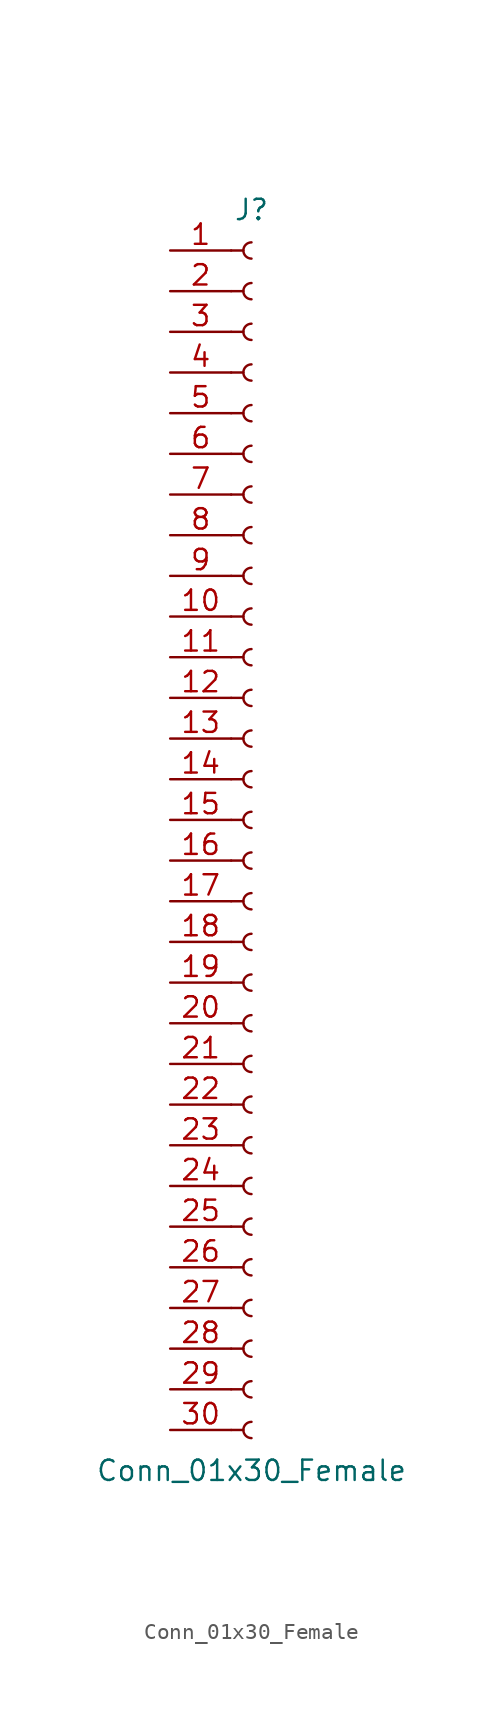
<source format=kicad_sym>
(kicad_symbol_lib
  (version 20220914)
  (generator kicad_symbol_editor)
  (symbol "Conn_01x30_Female"
    (pin_names
      (offset 1.016) hide)
    (property "Reference" "J"
      (at 0 38.1 0)
      (effects (font (size 1.27 1.27))))
    (property "Value" "Conn_01x30_Female"
      (at 0 -40.64 0)
      (effects (font (size 1.27 1.27))))
    (symbol "Conn_01x30_Female_1_1"
      (arc (start 0 -37.592) (mid -0.5058 -38.1) (end 0 -38.608) (stroke (width 0.1524) (type solid)) (fill (type none)))
      (arc (start 0 -35.052) (mid -0.5058 -35.56) (end 0 -36.068) (stroke (width 0.1524) (type solid)) (fill (type none)))
      (arc (start 0 -32.512) (mid -0.5058 -33.02) (end 0 -33.528) (stroke (width 0.1524) (type solid)) (fill (type none)))
      (arc (start 0 -29.972) (mid -0.5058 -30.48) (end 0 -30.988) (stroke (width 0.1524) (type solid)) (fill (type none)))
      (arc (start 0 -27.432) (mid -0.5058 -27.94) (end 0 -28.448) (stroke (width 0.1524) (type solid)) (fill (type none)))
      (arc (start 0 -24.892) (mid -0.5058 -25.4) (end 0 -25.908) (stroke (width 0.1524) (type solid)) (fill (type none)))
      (arc (start 0 -22.352) (mid -0.5058 -22.86) (end 0 -23.368) (stroke (width 0.1524) (type solid)) (fill (type none)))
      (arc (start 0 -19.812) (mid -0.5058 -20.32) (end 0 -20.828) (stroke (width 0.1524) (type solid)) (fill (type none)))
      (arc (start 0 -17.272) (mid -0.5058 -17.78) (end 0 -18.288) (stroke (width 0.1524) (type solid)) (fill (type none)))
      (arc (start 0 -14.732) (mid -0.5058 -15.24) (end 0 -15.748) (stroke (width 0.1524) (type solid)) (fill (type none)))
      (arc (start 0 -12.192) (mid -0.5058 -12.7) (end 0 -13.208) (stroke (width 0.1524) (type solid)) (fill (type none)))
      (arc (start 0 -9.652) (mid -0.5058 -10.16) (end 0 -10.668) (stroke (width 0.1524) (type solid)) (fill (type none)))
      (arc (start 0 -7.112) (mid -0.5058 -7.62) (end 0 -8.128) (stroke (width 0.1524) (type solid)) (fill (type none)))
      (arc (start 0 -4.572) (mid -0.5058 -5.08) (end 0 -5.588) (stroke (width 0.1524) (type solid)) (fill (type none)))
      (arc (start 0 -2.032) (mid -0.5058 -2.54) (end 0 -3.048) (stroke (width 0.1524) (type solid)) (fill (type none)))
      (polyline (pts (xy -1.27 -38.1) (xy -0.508 -38.1)) (stroke (width 0.152) (type solid)) (fill (type none)))
      (polyline (pts (xy -1.27 -35.56) (xy -0.508 -35.56)) (stroke (width 0.152) (type solid)) (fill (type none)))
      (polyline (pts (xy -1.27 -33.02) (xy -0.508 -33.02)) (stroke (width 0.152) (type solid)) (fill (type none)))
      (polyline (pts (xy -1.27 -30.48) (xy -0.508 -30.48)) (stroke (width 0.152) (type solid)) (fill (type none)))
      (polyline (pts (xy -1.27 -27.94) (xy -0.508 -27.94)) (stroke (width 0.152) (type solid)) (fill (type none)))
      (polyline (pts (xy -1.27 -25.4) (xy -0.508 -25.4)) (stroke (width 0.152) (type solid)) (fill (type none)))
      (polyline (pts (xy -1.27 -22.86) (xy -0.508 -22.86)) (stroke (width 0.152) (type solid)) (fill (type none)))
      (polyline (pts (xy -1.27 -20.32) (xy -0.508 -20.32)) (stroke (width 0.152) (type solid)) (fill (type none)))
      (polyline (pts (xy -1.27 -17.78) (xy -0.508 -17.78)) (stroke (width 0.152) (type solid)) (fill (type none)))
      (polyline (pts (xy -1.27 -15.24) (xy -0.508 -15.24)) (stroke (width 0.152) (type solid)) (fill (type none)))
      (polyline (pts (xy -1.27 -12.7) (xy -0.508 -12.7)) (stroke (width 0.152) (type solid)) (fill (type none)))
      (polyline (pts (xy -1.27 -10.16) (xy -0.508 -10.16)) (stroke (width 0.152) (type solid)) (fill (type none)))
      (polyline (pts (xy -1.27 -7.62) (xy -0.508 -7.62)) (stroke (width 0.152) (type solid)) (fill (type none)))
      (polyline (pts (xy -1.27 -5.08) (xy -0.508 -5.08)) (stroke (width 0.152) (type solid)) (fill (type none)))
      (polyline (pts (xy -1.27 -2.54) (xy -0.508 -2.54)) (stroke (width 0.152) (type solid)) (fill (type none)))
      (polyline (pts (xy -1.27 0) (xy -0.508 0)) (stroke (width 0.152) (type solid)) (fill (type none)))
      (polyline (pts (xy -1.27 2.54) (xy -0.508 2.54)) (stroke (width 0.152) (type solid)) (fill (type none)))
      (polyline (pts (xy -1.27 5.08) (xy -0.508 5.08)) (stroke (width 0.152) (type solid)) (fill (type none)))
      (polyline (pts (xy -1.27 7.62) (xy -0.508 7.62)) (stroke (width 0.152) (type solid)) (fill (type none)))
      (polyline (pts (xy -1.27 10.16) (xy -0.508 10.16)) (stroke (width 0.152) (type solid)) (fill (type none)))
      (polyline (pts (xy -1.27 12.7) (xy -0.508 12.7)) (stroke (width 0.152) (type solid)) (fill (type none)))
      (polyline (pts (xy -1.27 15.24) (xy -0.508 15.24)) (stroke (width 0.152) (type solid)) (fill (type none)))
      (polyline (pts (xy -1.27 17.78) (xy -0.508 17.78)) (stroke (width 0.152) (type solid)) (fill (type none)))
      (polyline (pts (xy -1.27 20.32) (xy -0.508 20.32)) (stroke (width 0.152) (type solid)) (fill (type none)))
      (polyline (pts (xy -1.27 22.86) (xy -0.508 22.86)) (stroke (width 0.152) (type solid)) (fill (type none)))
      (polyline (pts (xy -1.27 25.4) (xy -0.508 25.4)) (stroke (width 0.152) (type solid)) (fill (type none)))
      (polyline (pts (xy -1.27 27.94) (xy -0.508 27.94)) (stroke (width 0.152) (type solid)) (fill (type none)))
      (polyline (pts (xy -1.27 30.48) (xy -0.508 30.48)) (stroke (width 0.152) (type solid)) (fill (type none)))
      (polyline (pts (xy -1.27 33.02) (xy -0.508 33.02)) (stroke (width 0.152) (type solid)) (fill (type none)))
      (polyline (pts (xy -1.27 35.56) (xy -0.508 35.56)) (stroke (width 0.152) (type solid)) (fill (type none)))
      (arc (start 0 0.508) (mid -0.5058 0) (end 0 -0.508) (stroke (width 0.1524) (type solid)) (fill (type none)))
      (arc (start 0 3.048) (mid -0.5058 2.54) (end 0 2.032) (stroke (width 0.1524) (type solid)) (fill (type none)))
      (arc (start 0 5.588) (mid -0.5058 5.08) (end 0 4.572) (stroke (width 0.1524) (type solid)) (fill (type none)))
      (arc (start 0 8.128) (mid -0.5058 7.62) (end 0 7.112) (stroke (width 0.1524) (type solid)) (fill (type none)))
      (arc (start 0 10.668) (mid -0.5058 10.16) (end 0 9.652) (stroke (width 0.1524) (type solid)) (fill (type none)))
      (arc (start 0 13.208) (mid -0.5058 12.7) (end 0 12.192) (stroke (width 0.1524) (type solid)) (fill (type none)))
      (arc (start 0 15.748) (mid -0.5058 15.24) (end 0 14.732) (stroke (width 0.1524) (type solid)) (fill (type none)))
      (arc (start 0 18.288) (mid -0.5058 17.78) (end 0 17.272) (stroke (width 0.1524) (type solid)) (fill (type none)))
      (arc (start 0 20.828) (mid -0.5058 20.32) (end 0 19.812) (stroke (width 0.1524) (type solid)) (fill (type none)))
      (arc (start 0 23.368) (mid -0.5058 22.86) (end 0 22.352) (stroke (width 0.1524) (type solid)) (fill (type none)))
      (arc (start 0 25.908) (mid -0.5058 25.4) (end 0 24.892) (stroke (width 0.1524) (type solid)) (fill (type none)))
      (arc (start 0 28.448) (mid -0.5058 27.94) (end 0 27.432) (stroke (width 0.1524) (type solid)) (fill (type none)))
      (arc (start 0 30.988) (mid -0.5058 30.48) (end 0 29.972) (stroke (width 0.1524) (type solid)) (fill (type none)))
      (arc (start 0 33.528) (mid -0.5058 33.02) (end 0 32.512) (stroke (width 0.1524) (type solid)) (fill (type none)))
      (arc (start 0 36.068) (mid -0.5058 35.56) (end 0 35.052) (stroke (width 0.1524) (type solid)) (fill (type none)))
      (pin passive line (at -5.08 35.56 0) (length 3.81) (name "Pin_1" (effects (font (size 1.27 1.27)))) (number "1" (effects (font (size 1.27 1.27)))))
      (pin passive line (at -5.08 12.7 0) (length 3.81) (name "Pin_10" (effects (font (size 1.27 1.27)))) (number "10" (effects (font (size 1.27 1.27)))))
      (pin passive line (at -5.08 10.16 0) (length 3.81) (name "Pin_11" (effects (font (size 1.27 1.27)))) (number "11" (effects (font (size 1.27 1.27)))))
      (pin passive line (at -5.08 7.62 0) (length 3.81) (name "Pin_12" (effects (font (size 1.27 1.27)))) (number "12" (effects (font (size 1.27 1.27)))))
      (pin passive line (at -5.08 5.08 0) (length 3.81) (name "Pin_13" (effects (font (size 1.27 1.27)))) (number "13" (effects (font (size 1.27 1.27)))))
      (pin passive line (at -5.08 2.54 0) (length 3.81) (name "Pin_14" (effects (font (size 1.27 1.27)))) (number "14" (effects (font (size 1.27 1.27)))))
      (pin passive line (at -5.08 0 0) (length 3.81) (name "Pin_15" (effects (font (size 1.27 1.27)))) (number "15" (effects (font (size 1.27 1.27)))))
      (pin passive line (at -5.08 -2.54 0) (length 3.81) (name "Pin_16" (effects (font (size 1.27 1.27)))) (number "16" (effects (font (size 1.27 1.27)))))
      (pin passive line (at -5.08 -5.08 0) (length 3.81) (name "Pin_17" (effects (font (size 1.27 1.27)))) (number "17" (effects (font (size 1.27 1.27)))))
      (pin passive line (at -5.08 -7.62 0) (length 3.81) (name "Pin_18" (effects (font (size 1.27 1.27)))) (number "18" (effects (font (size 1.27 1.27)))))
      (pin passive line (at -5.08 -10.16 0) (length 3.81) (name "Pin_19" (effects (font (size 1.27 1.27)))) (number "19" (effects (font (size 1.27 1.27)))))
      (pin passive line (at -5.08 33.02 0) (length 3.81) (name "Pin_2" (effects (font (size 1.27 1.27)))) (number "2" (effects (font (size 1.27 1.27)))))
      (pin passive line (at -5.08 -12.7 0) (length 3.81) (name "Pin_20" (effects (font (size 1.27 1.27)))) (number "20" (effects (font (size 1.27 1.27)))))
      (pin passive line (at -5.08 -15.24 0) (length 3.81) (name "Pin_21" (effects (font (size 1.27 1.27)))) (number "21" (effects (font (size 1.27 1.27)))))
      (pin passive line (at -5.08 -17.78 0) (length 3.81) (name "Pin_22" (effects (font (size 1.27 1.27)))) (number "22" (effects (font (size 1.27 1.27)))))
      (pin passive line (at -5.08 -20.32 0) (length 3.81) (name "Pin_23" (effects (font (size 1.27 1.27)))) (number "23" (effects (font (size 1.27 1.27)))))
      (pin passive line (at -5.08 -22.86 0) (length 3.81) (name "Pin_24" (effects (font (size 1.27 1.27)))) (number "24" (effects (font (size 1.27 1.27)))))
      (pin passive line (at -5.08 -25.4 0) (length 3.81) (name "Pin_25" (effects (font (size 1.27 1.27)))) (number "25" (effects (font (size 1.27 1.27)))))
      (pin passive line (at -5.08 -27.94 0) (length 3.81) (name "Pin_26" (effects (font (size 1.27 1.27)))) (number "26" (effects (font (size 1.27 1.27)))))
      (pin passive line (at -5.08 -30.48 0) (length 3.81) (name "Pin_27" (effects (font (size 1.27 1.27)))) (number "27" (effects (font (size 1.27 1.27)))))
      (pin passive line (at -5.08 -33.02 0) (length 3.81) (name "Pin_28" (effects (font (size 1.27 1.27)))) (number "28" (effects (font (size 1.27 1.27)))))
      (pin passive line (at -5.08 -35.56 0) (length 3.81) (name "Pin_29" (effects (font (size 1.27 1.27)))) (number "29" (effects (font (size 1.27 1.27)))))
      (pin passive line (at -5.08 30.48 0) (length 3.81) (name "Pin_3" (effects (font (size 1.27 1.27)))) (number "3" (effects (font (size 1.27 1.27)))))
      (pin passive line (at -5.08 -38.1 0) (length 3.81) (name "Pin_30" (effects (font (size 1.27 1.27)))) (number "30" (effects (font (size 1.27 1.27)))))
      (pin passive line (at -5.08 27.94 0) (length 3.81) (name "Pin_4" (effects (font (size 1.27 1.27)))) (number "4" (effects (font (size 1.27 1.27)))))
      (pin passive line (at -5.08 25.4 0) (length 3.81) (name "Pin_5" (effects (font (size 1.27 1.27)))) (number "5" (effects (font (size 1.27 1.27)))))
      (pin passive line (at -5.08 22.86 0) (length 3.81) (name "Pin_6" (effects (font (size 1.27 1.27)))) (number "6" (effects (font (size 1.27 1.27)))))
      (pin passive line (at -5.08 20.32 0) (length 3.81) (name "Pin_7" (effects (font (size 1.27 1.27)))) (number "7" (effects (font (size 1.27 1.27)))))
      (pin passive line (at -5.08 17.78 0) (length 3.81) (name "Pin_8" (effects (font (size 1.27 1.27)))) (number "8" (effects (font (size 1.27 1.27)))))
      (pin passive line (at -5.08 15.24 0) (length 3.81) (name "Pin_9" (effects (font (size 1.27 1.27)))) (number "9" (effects (font (size 1.27 1.27))))))))
</source>
